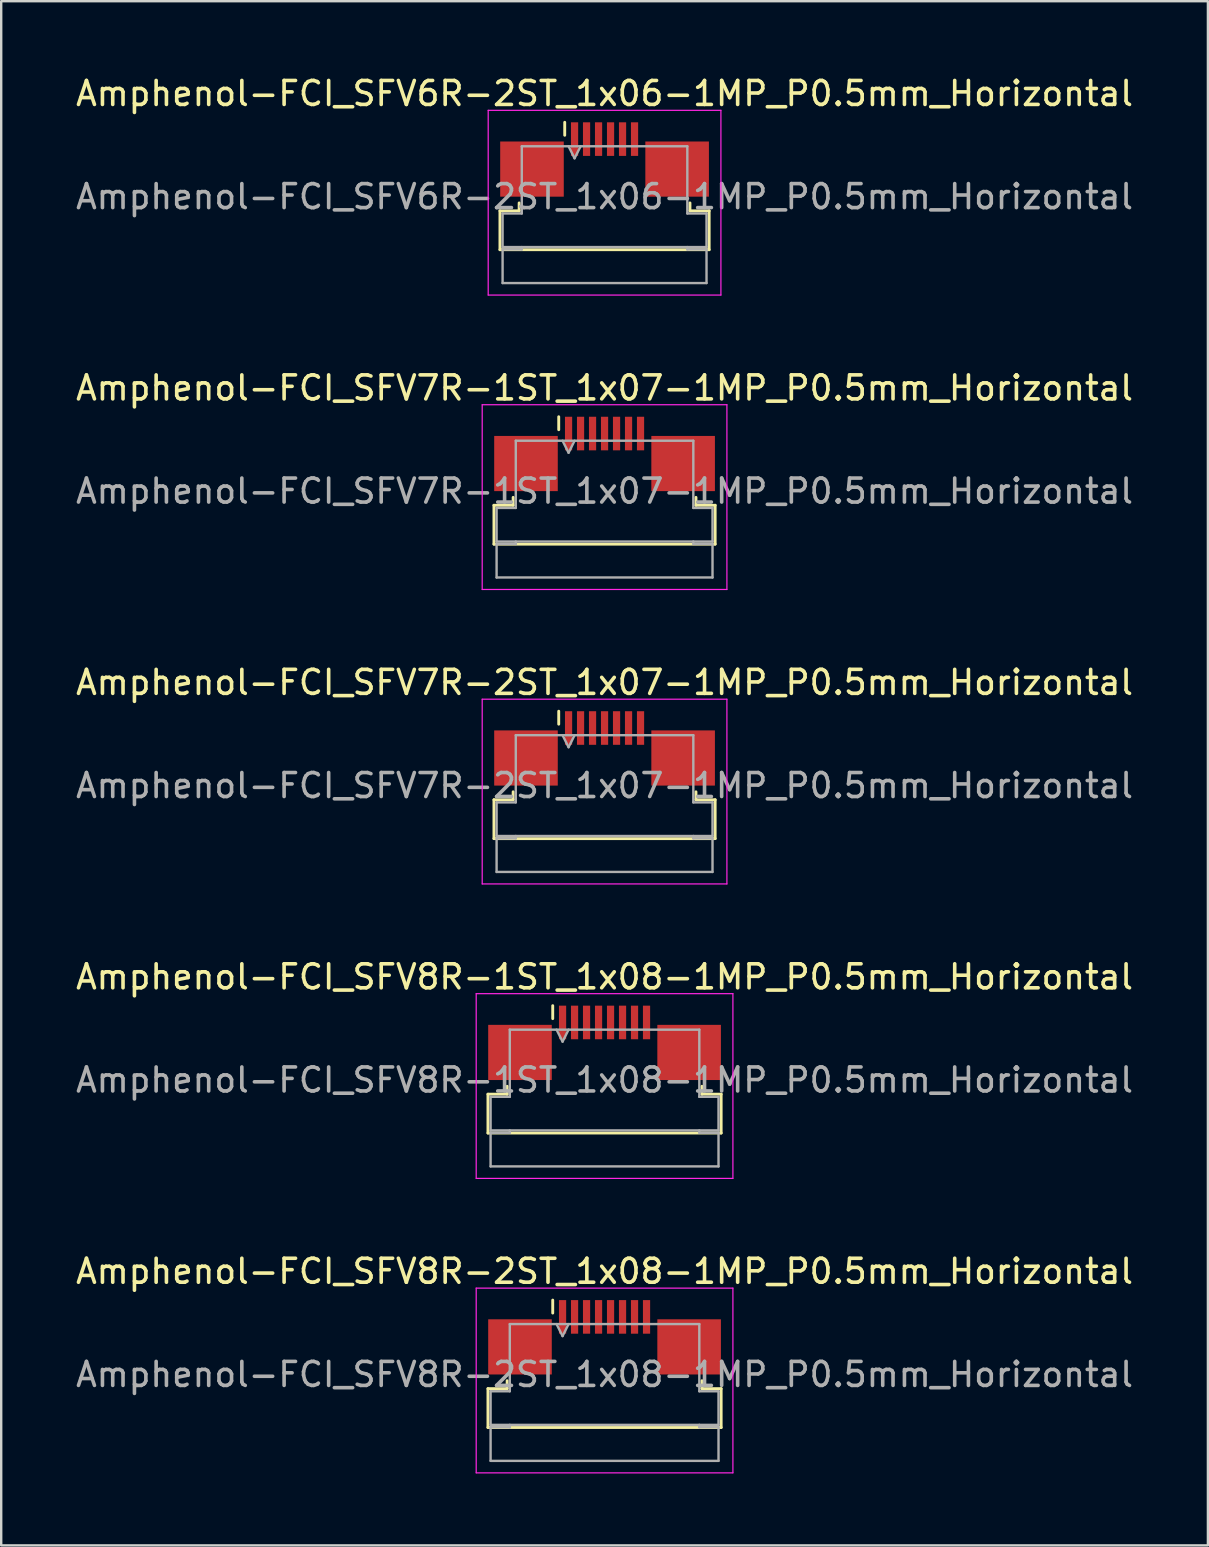
<source format=kicad_pcb>
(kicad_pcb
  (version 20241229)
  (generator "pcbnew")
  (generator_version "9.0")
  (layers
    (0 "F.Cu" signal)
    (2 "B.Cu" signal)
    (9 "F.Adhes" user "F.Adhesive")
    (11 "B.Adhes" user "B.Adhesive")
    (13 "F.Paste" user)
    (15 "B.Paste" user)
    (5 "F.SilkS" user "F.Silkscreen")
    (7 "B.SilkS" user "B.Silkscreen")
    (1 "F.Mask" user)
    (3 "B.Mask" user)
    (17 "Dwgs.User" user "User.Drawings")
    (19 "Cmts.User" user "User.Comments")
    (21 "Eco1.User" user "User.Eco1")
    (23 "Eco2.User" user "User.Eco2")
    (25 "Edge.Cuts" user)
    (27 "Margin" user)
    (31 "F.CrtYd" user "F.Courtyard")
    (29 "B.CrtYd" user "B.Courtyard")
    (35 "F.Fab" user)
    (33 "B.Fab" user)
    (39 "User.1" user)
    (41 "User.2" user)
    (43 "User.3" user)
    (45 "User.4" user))
  (footprint "Amphenol-FCI_SFV7R-2ST_1x07-1MP_P0.5mm_Horizontal"
    (layer "F.Cu")
    (at 22.149 29.295)
    (property "Reference" "Amphenol-FCI_SFV7R-2ST_1x07-1MP_P0.5mm_Horizontal" (at 0 -3.9 0) (layer "F.SilkS") (effects (font (size 1 1) (thickness 0.15))))
    (attr smd)
    (fp_line (start -4.61 0.99) (end -3.81 0.99) (stroke (width 0.12) (type solid)) (layer "F.SilkS"))
    (fp_line (start -4.61 2.61) (end -4.61 0.99) (stroke (width 0.12) (type solid)) (layer "F.SilkS"))
    (fp_line (start -3.81 0.99) (end -3.81 0.66) (stroke (width 0.12) (type solid)) (layer "F.SilkS"))
    (fp_line (start -1.91 -2.16) (end -1.91 -2.7) (stroke (width 0.12) (type solid)) (layer "F.SilkS"))
    (fp_line (start 3.81 0.66) (end 3.81 0.99) (stroke (width 0.12) (type solid)) (layer "F.SilkS"))
    (fp_line (start 3.81 0.99) (end 4.61 0.99) (stroke (width 0.12) (type solid)) (layer "F.SilkS"))
    (fp_line (start 4.61 0.99) (end 4.61 2.61) (stroke (width 0.12) (type solid)) (layer "F.SilkS"))
    (fp_line (start 4.61 2.61) (end -4.61 2.61) (stroke (width 0.12) (type solid)) (layer "F.SilkS"))
    (fp_line (start -5.1 -3.2) (end -5.1 4.5) (stroke (width 0.05) (type solid)) (layer "F.CrtYd"))
    (fp_line (start -5.1 4.5) (end 5.1 4.5) (stroke (width 0.05) (type solid)) (layer "F.CrtYd"))
    (fp_line (start 5.1 -3.2) (end -5.1 -3.2) (stroke (width 0.05) (type solid)) (layer "F.CrtYd"))
    (fp_line (start 5.1 4.5) (end 5.1 -3.2) (stroke (width 0.05) (type solid)) (layer "F.CrtYd"))
    (fp_line (start -4.5 1.1) (end -3.7 1.1) (stroke (width 0.1) (type solid)) (layer "F.Fab"))
    (fp_line (start -4.5 2.5) (end -4.5 1.1) (stroke (width 0.1) (type solid)) (layer "F.Fab"))
    (fp_line (start -4.5 2.6) (end -3.7 2.6) (stroke (width 0.1) (type solid)) (layer "F.Fab"))
    (fp_line (start -4.5 4) (end -4.5 2.6) (stroke (width 0.1) (type solid)) (layer "F.Fab"))
    (fp_line (start -3.7 -1.7) (end 3.7 -1.7) (stroke (width 0.1) (type solid)) (layer "F.Fab"))
    (fp_line (start -3.7 1.1) (end -3.7 -1.7) (stroke (width 0.1) (type solid)) (layer "F.Fab"))
    (fp_line (start -3.7 2.6) (end -3.7 2.5) (stroke (width 0.1) (type solid)) (layer "F.Fab"))
    (fp_line (start -1.75 -1.7) (end -1.5 -1.2) (stroke (width 0.1) (type solid)) (layer "F.Fab"))
    (fp_line (start -1.5 -1.2) (end -1.25 -1.7) (stroke (width 0.1) (type solid)) (layer "F.Fab"))
    (fp_line (start 3.7 -1.7) (end 3.7 1.1) (stroke (width 0.1) (type solid)) (layer "F.Fab"))
    (fp_line (start 3.7 1.1) (end 4.5 1.1) (stroke (width 0.1) (type solid)) (layer "F.Fab"))
    (fp_line (start 3.7 2.5) (end 3.7 2.6) (stroke (width 0.1) (type solid)) (layer "F.Fab"))
    (fp_line (start 3.7 2.6) (end 4.5 2.6) (stroke (width 0.1) (type solid)) (layer "F.Fab"))
    (fp_line (start 4.5 1.1) (end 4.5 2.5) (stroke (width 0.1) (type solid)) (layer "F.Fab"))
    (fp_line (start 4.5 2.5) (end -4.5 2.5) (stroke (width 0.1) (type solid)) (layer "F.Fab"))
    (fp_line (start 4.5 2.6) (end 4.5 4) (stroke (width 0.1) (type solid)) (layer "F.Fab"))
    (fp_line (start 4.5 4) (end -4.5 4) (stroke (width 0.1) (type solid)) (layer "F.Fab"))
    (fp_text user "${REFERENCE}" (at 0 0.4 0) (layer "F.Fab") (effects (font (size 1 1) (thickness 0.15))))
    (pad "1" smd rect (at -1.5 -2) (size 0.3 1.4) (layers "F.Cu" "F.Mask" "F.Paste"))
    (pad "2" smd rect (at -1 -2) (size 0.3 1.4) (layers "F.Cu" "F.Mask" "F.Paste"))
    (pad "3" smd rect (at -0.5 -2) (size 0.3 1.4) (layers "F.Cu" "F.Mask" "F.Paste"))
    (pad "4" smd rect (at 0 -2) (size 0.3 1.4) (layers "F.Cu" "F.Mask" "F.Paste"))
    (pad "5" smd rect (at 0.5 -2) (size 0.3 1.4) (layers "F.Cu" "F.Mask" "F.Paste"))
    (pad "6" smd rect (at 1 -2) (size 0.3 1.4) (layers "F.Cu" "F.Mask" "F.Paste"))
    (pad "7" smd rect (at 1.5 -2) (size 0.3 1.4) (layers "F.Cu" "F.Mask" "F.Paste"))
    (pad "MP" smd rect (at -3.275 -0.75) (size 2.65 2.3) (layers "F.Cu" "F.Mask" "F.Paste"))
    (pad "MP" smd rect (at 3.275 -0.75) (size 2.65 2.3) (layers "F.Cu" "F.Mask" "F.Paste")))
  (footprint "Amphenol-FCI_SFV8R-1ST_1x08-1MP_P0.5mm_Horizontal"
    (layer "F.Cu")
    (at 22.149 41.568)
    (property "Reference" "Amphenol-FCI_SFV8R-1ST_1x08-1MP_P0.5mm_Horizontal" (at 0 -3.9 0) (layer "F.SilkS") (effects (font (size 1 1) (thickness 0.15))))
    (attr smd)
    (fp_line (start -4.86 0.99) (end -4.06 0.99) (stroke (width 0.12) (type solid)) (layer "F.SilkS"))
    (fp_line (start -4.86 2.61) (end -4.86 0.99) (stroke (width 0.12) (type solid)) (layer "F.SilkS"))
    (fp_line (start -4.06 0.99) (end -4.06 0.66) (stroke (width 0.12) (type solid)) (layer "F.SilkS"))
    (fp_line (start -2.16 -2.16) (end -2.16 -2.7) (stroke (width 0.12) (type solid)) (layer "F.SilkS"))
    (fp_line (start 4.06 0.66) (end 4.06 0.99) (stroke (width 0.12) (type solid)) (layer "F.SilkS"))
    (fp_line (start 4.06 0.99) (end 4.86 0.99) (stroke (width 0.12) (type solid)) (layer "F.SilkS"))
    (fp_line (start 4.86 0.99) (end 4.86 2.61) (stroke (width 0.12) (type solid)) (layer "F.SilkS"))
    (fp_line (start 4.86 2.61) (end -4.86 2.61) (stroke (width 0.12) (type solid)) (layer "F.SilkS"))
    (fp_line (start -5.35 -3.2) (end -5.35 4.5) (stroke (width 0.05) (type solid)) (layer "F.CrtYd"))
    (fp_line (start -5.35 4.5) (end 5.35 4.5) (stroke (width 0.05) (type solid)) (layer "F.CrtYd"))
    (fp_line (start 5.35 -3.2) (end -5.35 -3.2) (stroke (width 0.05) (type solid)) (layer "F.CrtYd"))
    (fp_line (start 5.35 4.5) (end 5.35 -3.2) (stroke (width 0.05) (type solid)) (layer "F.CrtYd"))
    (fp_line (start -4.75 1.1) (end -3.95 1.1) (stroke (width 0.1) (type solid)) (layer "F.Fab"))
    (fp_line (start -4.75 2.5) (end -4.75 1.1) (stroke (width 0.1) (type solid)) (layer "F.Fab"))
    (fp_line (start -4.75 2.6) (end -3.95 2.6) (stroke (width 0.1) (type solid)) (layer "F.Fab"))
    (fp_line (start -4.75 4) (end -4.75 2.6) (stroke (width 0.1) (type solid)) (layer "F.Fab"))
    (fp_line (start -3.95 -1.7) (end 3.95 -1.7) (stroke (width 0.1) (type solid)) (layer "F.Fab"))
    (fp_line (start -3.95 1.1) (end -3.95 -1.7) (stroke (width 0.1) (type solid)) (layer "F.Fab"))
    (fp_line (start -3.95 2.6) (end -3.95 2.5) (stroke (width 0.1) (type solid)) (layer "F.Fab"))
    (fp_line (start -2 -1.7) (end -1.75 -1.2) (stroke (width 0.1) (type solid)) (layer "F.Fab"))
    (fp_line (start -1.75 -1.2) (end -1.5 -1.7) (stroke (width 0.1) (type solid)) (layer "F.Fab"))
    (fp_line (start 3.95 -1.7) (end 3.95 1.1) (stroke (width 0.1) (type solid)) (layer "F.Fab"))
    (fp_line (start 3.95 1.1) (end 4.75 1.1) (stroke (width 0.1) (type solid)) (layer "F.Fab"))
    (fp_line (start 3.95 2.5) (end 3.95 2.6) (stroke (width 0.1) (type solid)) (layer "F.Fab"))
    (fp_line (start 3.95 2.6) (end 4.75 2.6) (stroke (width 0.1) (type solid)) (layer "F.Fab"))
    (fp_line (start 4.75 1.1) (end 4.75 2.5) (stroke (width 0.1) (type solid)) (layer "F.Fab"))
    (fp_line (start 4.75 2.5) (end -4.75 2.5) (stroke (width 0.1) (type solid)) (layer "F.Fab"))
    (fp_line (start 4.75 2.6) (end 4.75 4) (stroke (width 0.1) (type solid)) (layer "F.Fab"))
    (fp_line (start 4.75 4) (end -4.75 4) (stroke (width 0.1) (type solid)) (layer "F.Fab"))
    (fp_text user "${REFERENCE}" (at 0 0.4 0) (layer "F.Fab") (effects (font (size 1 1) (thickness 0.15))))
    (pad "1" smd rect (at -1.75 -2) (size 0.3 1.4) (layers "F.Cu" "F.Mask" "F.Paste"))
    (pad "2" smd rect (at -1.25 -2) (size 0.3 1.4) (layers "F.Cu" "F.Mask" "F.Paste"))
    (pad "3" smd rect (at -0.75 -2) (size 0.3 1.4) (layers "F.Cu" "F.Mask" "F.Paste"))
    (pad "4" smd rect (at -0.25 -2) (size 0.3 1.4) (layers "F.Cu" "F.Mask" "F.Paste"))
    (pad "5" smd rect (at 0.25 -2) (size 0.3 1.4) (layers "F.Cu" "F.Mask" "F.Paste"))
    (pad "6" smd rect (at 0.75 -2) (size 0.3 1.4) (layers "F.Cu" "F.Mask" "F.Paste"))
    (pad "7" smd rect (at 1.25 -2) (size 0.3 1.4) (layers "F.Cu" "F.Mask" "F.Paste"))
    (pad "8" smd rect (at 1.75 -2) (size 0.3 1.4) (layers "F.Cu" "F.Mask" "F.Paste"))
    (pad "MP" smd rect (at -3.525 -0.75) (size 2.65 2.3) (layers "F.Cu" "F.Mask" "F.Paste"))
    (pad "MP" smd rect (at 3.525 -0.75) (size 2.65 2.3) (layers "F.Cu" "F.Mask" "F.Paste")))
  (footprint "Amphenol-FCI_SFV7R-1ST_1x07-1MP_P0.5mm_Horizontal"
    (layer "F.Cu")
    (at 22.149 17.021)
    (property "Reference" "Amphenol-FCI_SFV7R-1ST_1x07-1MP_P0.5mm_Horizontal" (at 0 -3.9 0) (layer "F.SilkS") (effects (font (size 1 1) (thickness 0.15))))
    (attr smd)
    (fp_line (start -4.61 0.99) (end -3.81 0.99) (stroke (width 0.12) (type solid)) (layer "F.SilkS"))
    (fp_line (start -4.61 2.61) (end -4.61 0.99) (stroke (width 0.12) (type solid)) (layer "F.SilkS"))
    (fp_line (start -3.81 0.99) (end -3.81 0.66) (stroke (width 0.12) (type solid)) (layer "F.SilkS"))
    (fp_line (start -1.91 -2.16) (end -1.91 -2.7) (stroke (width 0.12) (type solid)) (layer "F.SilkS"))
    (fp_line (start 3.81 0.66) (end 3.81 0.99) (stroke (width 0.12) (type solid)) (layer "F.SilkS"))
    (fp_line (start 3.81 0.99) (end 4.61 0.99) (stroke (width 0.12) (type solid)) (layer "F.SilkS"))
    (fp_line (start 4.61 0.99) (end 4.61 2.61) (stroke (width 0.12) (type solid)) (layer "F.SilkS"))
    (fp_line (start 4.61 2.61) (end -4.61 2.61) (stroke (width 0.12) (type solid)) (layer "F.SilkS"))
    (fp_line (start -5.1 -3.2) (end -5.1 4.5) (stroke (width 0.05) (type solid)) (layer "F.CrtYd"))
    (fp_line (start -5.1 4.5) (end 5.1 4.5) (stroke (width 0.05) (type solid)) (layer "F.CrtYd"))
    (fp_line (start 5.1 -3.2) (end -5.1 -3.2) (stroke (width 0.05) (type solid)) (layer "F.CrtYd"))
    (fp_line (start 5.1 4.5) (end 5.1 -3.2) (stroke (width 0.05) (type solid)) (layer "F.CrtYd"))
    (fp_line (start -4.5 1.1) (end -3.7 1.1) (stroke (width 0.1) (type solid)) (layer "F.Fab"))
    (fp_line (start -4.5 2.5) (end -4.5 1.1) (stroke (width 0.1) (type solid)) (layer "F.Fab"))
    (fp_line (start -4.5 2.6) (end -3.7 2.6) (stroke (width 0.1) (type solid)) (layer "F.Fab"))
    (fp_line (start -4.5 4) (end -4.5 2.6) (stroke (width 0.1) (type solid)) (layer "F.Fab"))
    (fp_line (start -3.7 -1.7) (end 3.7 -1.7) (stroke (width 0.1) (type solid)) (layer "F.Fab"))
    (fp_line (start -3.7 1.1) (end -3.7 -1.7) (stroke (width 0.1) (type solid)) (layer "F.Fab"))
    (fp_line (start -3.7 2.6) (end -3.7 2.5) (stroke (width 0.1) (type solid)) (layer "F.Fab"))
    (fp_line (start -1.75 -1.7) (end -1.5 -1.2) (stroke (width 0.1) (type solid)) (layer "F.Fab"))
    (fp_line (start -1.5 -1.2) (end -1.25 -1.7) (stroke (width 0.1) (type solid)) (layer "F.Fab"))
    (fp_line (start 3.7 -1.7) (end 3.7 1.1) (stroke (width 0.1) (type solid)) (layer "F.Fab"))
    (fp_line (start 3.7 1.1) (end 4.5 1.1) (stroke (width 0.1) (type solid)) (layer "F.Fab"))
    (fp_line (start 3.7 2.5) (end 3.7 2.6) (stroke (width 0.1) (type solid)) (layer "F.Fab"))
    (fp_line (start 3.7 2.6) (end 4.5 2.6) (stroke (width 0.1) (type solid)) (layer "F.Fab"))
    (fp_line (start 4.5 1.1) (end 4.5 2.5) (stroke (width 0.1) (type solid)) (layer "F.Fab"))
    (fp_line (start 4.5 2.5) (end -4.5 2.5) (stroke (width 0.1) (type solid)) (layer "F.Fab"))
    (fp_line (start 4.5 2.6) (end 4.5 4) (stroke (width 0.1) (type solid)) (layer "F.Fab"))
    (fp_line (start 4.5 4) (end -4.5 4) (stroke (width 0.1) (type solid)) (layer "F.Fab"))
    (fp_text user "${REFERENCE}" (at 0 0.4 0) (layer "F.Fab") (effects (font (size 1 1) (thickness 0.15))))
    (pad "1" smd rect (at -1.5 -2) (size 0.3 1.4) (layers "F.Cu" "F.Mask" "F.Paste"))
    (pad "2" smd rect (at -1 -2) (size 0.3 1.4) (layers "F.Cu" "F.Mask" "F.Paste"))
    (pad "3" smd rect (at -0.5 -2) (size 0.3 1.4) (layers "F.Cu" "F.Mask" "F.Paste"))
    (pad "4" smd rect (at 0 -2) (size 0.3 1.4) (layers "F.Cu" "F.Mask" "F.Paste"))
    (pad "5" smd rect (at 0.5 -2) (size 0.3 1.4) (layers "F.Cu" "F.Mask" "F.Paste"))
    (pad "6" smd rect (at 1 -2) (size 0.3 1.4) (layers "F.Cu" "F.Mask" "F.Paste"))
    (pad "7" smd rect (at 1.5 -2) (size 0.3 1.4) (layers "F.Cu" "F.Mask" "F.Paste"))
    (pad "MP" smd rect (at -3.275 -0.75) (size 2.65 2.3) (layers "F.Cu" "F.Mask" "F.Paste"))
    (pad "MP" smd rect (at 3.275 -0.75) (size 2.65 2.3) (layers "F.Cu" "F.Mask" "F.Paste")))
  (footprint "Amphenol-FCI_SFV6R-2ST_1x06-1MP_P0.5mm_Horizontal"
    (layer "F.Cu")
    (at 22.149 4.748)
    (property "Reference" "Amphenol-FCI_SFV6R-2ST_1x06-1MP_P0.5mm_Horizontal" (at 0 -3.9 0) (layer "F.SilkS") (effects (font (size 1 1) (thickness 0.15))))
    (attr smd)
    (fp_line (start -4.36 0.99) (end -3.56 0.99) (stroke (width 0.12) (type solid)) (layer "F.SilkS"))
    (fp_line (start -4.36 2.61) (end -4.36 0.99) (stroke (width 0.12) (type solid)) (layer "F.SilkS"))
    (fp_line (start -3.56 0.99) (end -3.56 0.66) (stroke (width 0.12) (type solid)) (layer "F.SilkS"))
    (fp_line (start -1.66 -2.16) (end -1.66 -2.7) (stroke (width 0.12) (type solid)) (layer "F.SilkS"))
    (fp_line (start 3.56 0.66) (end 3.56 0.99) (stroke (width 0.12) (type solid)) (layer "F.SilkS"))
    (fp_line (start 3.56 0.99) (end 4.36 0.99) (stroke (width 0.12) (type solid)) (layer "F.SilkS"))
    (fp_line (start 4.36 0.99) (end 4.36 2.61) (stroke (width 0.12) (type solid)) (layer "F.SilkS"))
    (fp_line (start 4.36 2.61) (end -4.36 2.61) (stroke (width 0.12) (type solid)) (layer "F.SilkS"))
    (fp_line (start -4.85 -3.2) (end -4.85 4.5) (stroke (width 0.05) (type solid)) (layer "F.CrtYd"))
    (fp_line (start -4.85 4.5) (end 4.85 4.5) (stroke (width 0.05) (type solid)) (layer "F.CrtYd"))
    (fp_line (start 4.85 -3.2) (end -4.85 -3.2) (stroke (width 0.05) (type solid)) (layer "F.CrtYd"))
    (fp_line (start 4.85 4.5) (end 4.85 -3.2) (stroke (width 0.05) (type solid)) (layer "F.CrtYd"))
    (fp_line (start -4.25 1.1) (end -3.45 1.1) (stroke (width 0.1) (type solid)) (layer "F.Fab"))
    (fp_line (start -4.25 2.5) (end -4.25 1.1) (stroke (width 0.1) (type solid)) (layer "F.Fab"))
    (fp_line (start -4.25 2.6) (end -3.45 2.6) (stroke (width 0.1) (type solid)) (layer "F.Fab"))
    (fp_line (start -4.25 4) (end -4.25 2.6) (stroke (width 0.1) (type solid)) (layer "F.Fab"))
    (fp_line (start -3.45 -1.7) (end 3.45 -1.7) (stroke (width 0.1) (type solid)) (layer "F.Fab"))
    (fp_line (start -3.45 1.1) (end -3.45 -1.7) (stroke (width 0.1) (type solid)) (layer "F.Fab"))
    (fp_line (start -3.45 2.6) (end -3.45 2.5) (stroke (width 0.1) (type solid)) (layer "F.Fab"))
    (fp_line (start -1.5 -1.7) (end -1.25 -1.2) (stroke (width 0.1) (type solid)) (layer "F.Fab"))
    (fp_line (start -1.25 -1.2) (end -1 -1.7) (stroke (width 0.1) (type solid)) (layer "F.Fab"))
    (fp_line (start 3.45 -1.7) (end 3.45 1.1) (stroke (width 0.1) (type solid)) (layer "F.Fab"))
    (fp_line (start 3.45 1.1) (end 4.25 1.1) (stroke (width 0.1) (type solid)) (layer "F.Fab"))
    (fp_line (start 3.45 2.5) (end 3.45 2.6) (stroke (width 0.1) (type solid)) (layer "F.Fab"))
    (fp_line (start 3.45 2.6) (end 4.25 2.6) (stroke (width 0.1) (type solid)) (layer "F.Fab"))
    (fp_line (start 4.25 1.1) (end 4.25 2.5) (stroke (width 0.1) (type solid)) (layer "F.Fab"))
    (fp_line (start 4.25 2.5) (end -4.25 2.5) (stroke (width 0.1) (type solid)) (layer "F.Fab"))
    (fp_line (start 4.25 2.6) (end 4.25 4) (stroke (width 0.1) (type solid)) (layer "F.Fab"))
    (fp_line (start 4.25 4) (end -4.25 4) (stroke (width 0.1) (type solid)) (layer "F.Fab"))
    (fp_text user "${REFERENCE}" (at 0 0.4 0) (layer "F.Fab") (effects (font (size 1 1) (thickness 0.15))))
    (pad "1" smd rect (at -1.25 -2) (size 0.3 1.4) (layers "F.Cu" "F.Mask" "F.Paste"))
    (pad "2" smd rect (at -0.75 -2) (size 0.3 1.4) (layers "F.Cu" "F.Mask" "F.Paste"))
    (pad "3" smd rect (at -0.25 -2) (size 0.3 1.4) (layers "F.Cu" "F.Mask" "F.Paste"))
    (pad "4" smd rect (at 0.25 -2) (size 0.3 1.4) (layers "F.Cu" "F.Mask" "F.Paste"))
    (pad "5" smd rect (at 0.75 -2) (size 0.3 1.4) (layers "F.Cu" "F.Mask" "F.Paste"))
    (pad "6" smd rect (at 1.25 -2) (size 0.3 1.4) (layers "F.Cu" "F.Mask" "F.Paste"))
    (pad "MP" smd rect (at -3.025 -0.75) (size 2.65 2.3) (layers "F.Cu" "F.Mask" "F.Paste"))
    (pad "MP" smd rect (at 3.025 -0.75) (size 2.65 2.3) (layers "F.Cu" "F.Mask" "F.Paste")))
  (footprint "Amphenol-FCI_SFV8R-2ST_1x08-1MP_P0.5mm_Horizontal"
    (layer "F.Cu")
    (at 22.149 53.841)
    (property "Reference" "Amphenol-FCI_SFV8R-2ST_1x08-1MP_P0.5mm_Horizontal" (at 0 -3.9 0) (layer "F.SilkS") (effects (font (size 1 1) (thickness 0.15))))
    (attr smd)
    (fp_line (start -4.86 0.99) (end -4.06 0.99) (stroke (width 0.12) (type solid)) (layer "F.SilkS"))
    (fp_line (start -4.86 2.61) (end -4.86 0.99) (stroke (width 0.12) (type solid)) (layer "F.SilkS"))
    (fp_line (start -4.06 0.99) (end -4.06 0.66) (stroke (width 0.12) (type solid)) (layer "F.SilkS"))
    (fp_line (start -2.16 -2.16) (end -2.16 -2.7) (stroke (width 0.12) (type solid)) (layer "F.SilkS"))
    (fp_line (start 4.06 0.66) (end 4.06 0.99) (stroke (width 0.12) (type solid)) (layer "F.SilkS"))
    (fp_line (start 4.06 0.99) (end 4.86 0.99) (stroke (width 0.12) (type solid)) (layer "F.SilkS"))
    (fp_line (start 4.86 0.99) (end 4.86 2.61) (stroke (width 0.12) (type solid)) (layer "F.SilkS"))
    (fp_line (start 4.86 2.61) (end -4.86 2.61) (stroke (width 0.12) (type solid)) (layer "F.SilkS"))
    (fp_line (start -5.35 -3.2) (end -5.35 4.5) (stroke (width 0.05) (type solid)) (layer "F.CrtYd"))
    (fp_line (start -5.35 4.5) (end 5.35 4.5) (stroke (width 0.05) (type solid)) (layer "F.CrtYd"))
    (fp_line (start 5.35 -3.2) (end -5.35 -3.2) (stroke (width 0.05) (type solid)) (layer "F.CrtYd"))
    (fp_line (start 5.35 4.5) (end 5.35 -3.2) (stroke (width 0.05) (type solid)) (layer "F.CrtYd"))
    (fp_line (start -4.75 1.1) (end -3.95 1.1) (stroke (width 0.1) (type solid)) (layer "F.Fab"))
    (fp_line (start -4.75 2.5) (end -4.75 1.1) (stroke (width 0.1) (type solid)) (layer "F.Fab"))
    (fp_line (start -4.75 2.6) (end -3.95 2.6) (stroke (width 0.1) (type solid)) (layer "F.Fab"))
    (fp_line (start -4.75 4) (end -4.75 2.6) (stroke (width 0.1) (type solid)) (layer "F.Fab"))
    (fp_line (start -3.95 -1.7) (end 3.95 -1.7) (stroke (width 0.1) (type solid)) (layer "F.Fab"))
    (fp_line (start -3.95 1.1) (end -3.95 -1.7) (stroke (width 0.1) (type solid)) (layer "F.Fab"))
    (fp_line (start -3.95 2.6) (end -3.95 2.5) (stroke (width 0.1) (type solid)) (layer "F.Fab"))
    (fp_line (start -2 -1.7) (end -1.75 -1.2) (stroke (width 0.1) (type solid)) (layer "F.Fab"))
    (fp_line (start -1.75 -1.2) (end -1.5 -1.7) (stroke (width 0.1) (type solid)) (layer "F.Fab"))
    (fp_line (start 3.95 -1.7) (end 3.95 1.1) (stroke (width 0.1) (type solid)) (layer "F.Fab"))
    (fp_line (start 3.95 1.1) (end 4.75 1.1) (stroke (width 0.1) (type solid)) (layer "F.Fab"))
    (fp_line (start 3.95 2.5) (end 3.95 2.6) (stroke (width 0.1) (type solid)) (layer "F.Fab"))
    (fp_line (start 3.95 2.6) (end 4.75 2.6) (stroke (width 0.1) (type solid)) (layer "F.Fab"))
    (fp_line (start 4.75 1.1) (end 4.75 2.5) (stroke (width 0.1) (type solid)) (layer "F.Fab"))
    (fp_line (start 4.75 2.5) (end -4.75 2.5) (stroke (width 0.1) (type solid)) (layer "F.Fab"))
    (fp_line (start 4.75 2.6) (end 4.75 4) (stroke (width 0.1) (type solid)) (layer "F.Fab"))
    (fp_line (start 4.75 4) (end -4.75 4) (stroke (width 0.1) (type solid)) (layer "F.Fab"))
    (fp_text user "${REFERENCE}" (at 0 0.4 0) (layer "F.Fab") (effects (font (size 1 1) (thickness 0.15))))
    (pad "1" smd rect (at -1.75 -2) (size 0.3 1.4) (layers "F.Cu" "F.Mask" "F.Paste"))
    (pad "2" smd rect (at -1.25 -2) (size 0.3 1.4) (layers "F.Cu" "F.Mask" "F.Paste"))
    (pad "3" smd rect (at -0.75 -2) (size 0.3 1.4) (layers "F.Cu" "F.Mask" "F.Paste"))
    (pad "4" smd rect (at -0.25 -2) (size 0.3 1.4) (layers "F.Cu" "F.Mask" "F.Paste"))
    (pad "5" smd rect (at 0.25 -2) (size 0.3 1.4) (layers "F.Cu" "F.Mask" "F.Paste"))
    (pad "6" smd rect (at 0.75 -2) (size 0.3 1.4) (layers "F.Cu" "F.Mask" "F.Paste"))
    (pad "7" smd rect (at 1.25 -2) (size 0.3 1.4) (layers "F.Cu" "F.Mask" "F.Paste"))
    (pad "8" smd rect (at 1.75 -2) (size 0.3 1.4) (layers "F.Cu" "F.Mask" "F.Paste"))
    (pad "MP" smd rect (at -3.525 -0.75) (size 2.65 2.3) (layers "F.Cu" "F.Mask" "F.Paste"))
    (pad "MP" smd rect (at 3.525 -0.75) (size 2.65 2.3) (layers "F.Cu" "F.Mask" "F.Paste")))
  (gr_rect
    (start -3 -3)
    (end 47.298 61.366)
    (stroke (width 0.1) (type default))
    (fill no)
    (layer "Edge.Cuts")))
</source>
